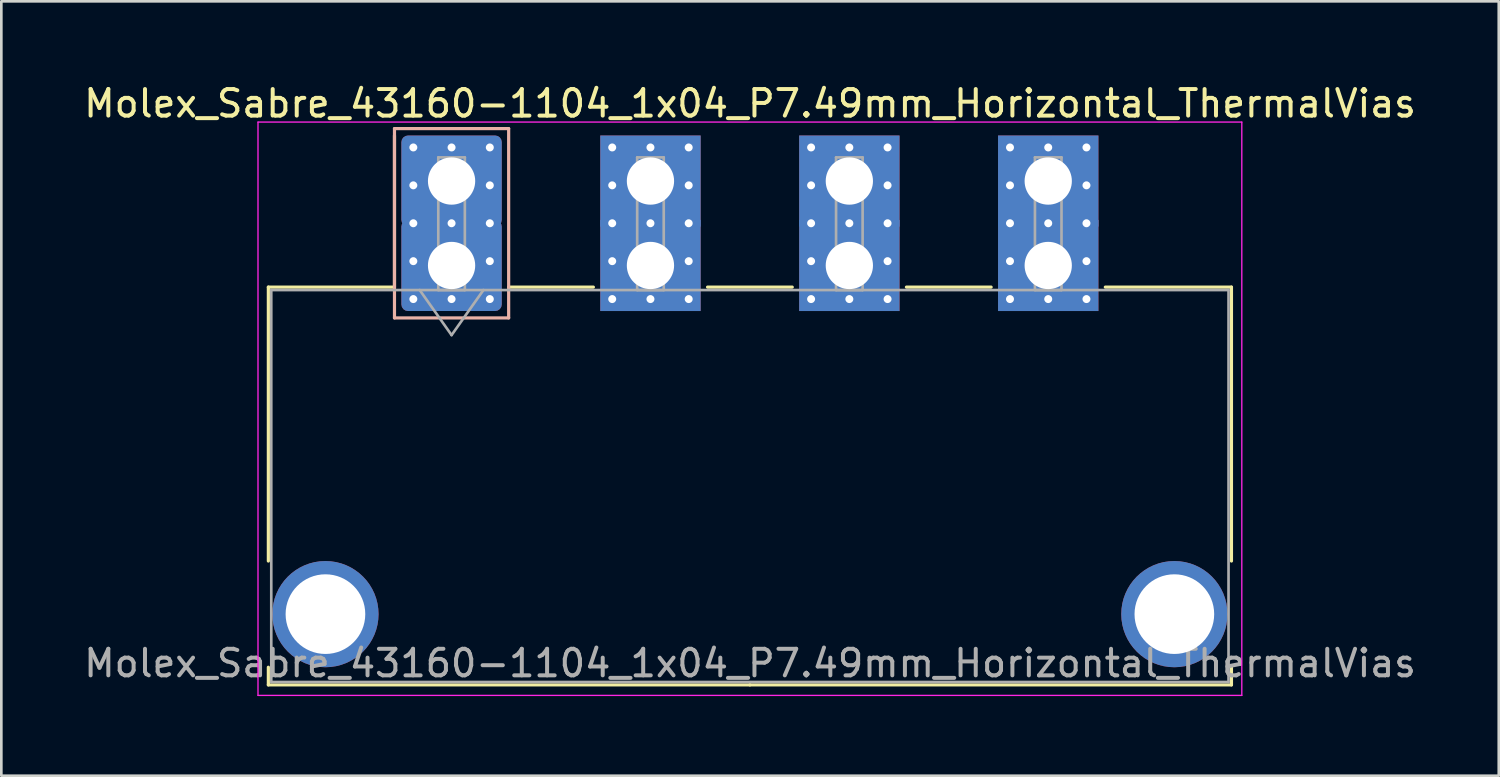
<source format=kicad_pcb>
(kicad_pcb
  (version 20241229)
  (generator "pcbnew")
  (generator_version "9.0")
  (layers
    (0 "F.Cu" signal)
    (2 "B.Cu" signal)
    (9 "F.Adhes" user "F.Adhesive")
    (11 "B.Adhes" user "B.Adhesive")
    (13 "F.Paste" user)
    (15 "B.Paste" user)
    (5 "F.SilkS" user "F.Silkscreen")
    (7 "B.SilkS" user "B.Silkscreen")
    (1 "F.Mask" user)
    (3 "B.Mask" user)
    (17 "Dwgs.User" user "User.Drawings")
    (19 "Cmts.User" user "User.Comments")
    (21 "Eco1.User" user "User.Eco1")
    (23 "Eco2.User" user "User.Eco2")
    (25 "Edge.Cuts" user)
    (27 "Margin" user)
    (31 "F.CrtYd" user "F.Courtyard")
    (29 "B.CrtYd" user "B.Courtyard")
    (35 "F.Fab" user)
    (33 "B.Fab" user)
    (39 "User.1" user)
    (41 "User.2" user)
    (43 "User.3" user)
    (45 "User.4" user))
  (footprint "Molex_Sabre_43160-1104_1x04_P7.49mm_Horizontal_ThermalVias"
    (layer "F.Cu")
    (at 13.956 6.948)
    (property "Reference" "Molex_Sabre_43160-1104_1x04_P7.49mm_Horizontal_ThermalVias" (at 11.24 -6.1 0) (layer "F.SilkS") (effects (font (size 1 1) (thickness 0.15))))
    (attr through_hole)
    (fp_line (start -6.9 0.815) (end -6.9 11.13) (stroke (width 0.12) (type solid)) (layer "F.SilkS"))
    (fp_line (start -6.9 15.13) (end -6.9 15.795) (stroke (width 0.12) (type solid)) (layer "F.SilkS"))
    (fp_line (start -6.9 15.795) (end 11.235 15.795) (stroke (width 0.12) (type solid)) (layer "F.SilkS"))
    (fp_line (start -2.15 0.815) (end -6.9 0.815) (stroke (width 0.12) (type solid)) (layer "F.SilkS"))
    (fp_line (start -2.15 0.815) (end -2.15 -4.895) (stroke (width 0.12) (type solid)) (layer "F.SilkS"))
    (fp_line (start 2.15 0.815) (end 5.34 0.815) (stroke (width 0.12) (type solid)) (layer "F.SilkS"))
    (fp_line (start 9.64 0.815) (end 12.83 0.815) (stroke (width 0.12) (type solid)) (layer "F.SilkS"))
    (fp_line (start 17.13 0.815) (end 20.32 0.815) (stroke (width 0.12) (type solid)) (layer "F.SilkS"))
    (fp_line (start 24.62 0.815) (end 29.37 0.815) (stroke (width 0.12) (type solid)) (layer "F.SilkS"))
    (fp_line (start 29.37 0.815) (end 29.37 11.13) (stroke (width 0.12) (type solid)) (layer "F.SilkS"))
    (fp_line (start 29.37 15.13) (end 29.37 15.795) (stroke (width 0.12) (type solid)) (layer "F.SilkS"))
    (fp_line (start 29.37 15.795) (end 11.235 15.795) (stroke (width 0.12) (type solid)) (layer "F.SilkS"))
    (fp_line (start -2.15 -5.155) (end -2.15 1.975) (stroke (width 0.12) (type solid)) (layer "B.SilkS"))
    (fp_line (start -2.15 1.975) (end 2.15 1.975) (stroke (width 0.12) (type solid)) (layer "B.SilkS"))
    (fp_line (start 2.15 -5.155) (end -2.15 -5.155) (stroke (width 0.12) (type solid)) (layer "B.SilkS"))
    (fp_line (start 2.15 1.975) (end 2.15 -5.155) (stroke (width 0.12) (type solid)) (layer "B.SilkS"))
    (fp_line (start -7.29 -5.4) (end -7.29 16.19) (stroke (width 0.05) (type solid)) (layer "F.CrtYd"))
    (fp_line (start -7.29 16.19) (end 29.76 16.19) (stroke (width 0.05) (type solid)) (layer "F.CrtYd"))
    (fp_line (start 29.76 -5.4) (end -7.29 -5.4) (stroke (width 0.05) (type solid)) (layer "F.CrtYd"))
    (fp_line (start 29.76 16.19) (end 29.76 -5.4) (stroke (width 0.05) (type solid)) (layer "F.CrtYd"))
    (fp_line (start -6.79 0.925) (end -6.79 15.685) (stroke (width 0.1) (type solid)) (layer "F.Fab"))
    (fp_line (start -6.79 15.685) (end 29.26 15.685) (stroke (width 0.1) (type solid)) (layer "F.Fab"))
    (fp_line (start -1.2 0.925) (end 0 2.622) (stroke (width 0.1) (type solid)) (layer "F.Fab"))
    (fp_line (start -0.5 -4.07) (end 0.5 -4.07) (stroke (width 0.1) (type solid)) (layer "F.Fab"))
    (fp_line (start -0.5 0.925) (end -0.5 -4.07) (stroke (width 0.1) (type solid)) (layer "F.Fab"))
    (fp_line (start 0 2.622) (end 1.2 0.925) (stroke (width 0.1) (type solid)) (layer "F.Fab"))
    (fp_line (start 0.5 -4.07) (end 0.5 0.925) (stroke (width 0.1) (type solid)) (layer "F.Fab"))
    (fp_line (start 0.5 0.925) (end -0.5 0.925) (stroke (width 0.1) (type solid)) (layer "F.Fab"))
    (fp_line (start 6.99 -4.07) (end 7.99 -4.07) (stroke (width 0.1) (type solid)) (layer "F.Fab"))
    (fp_line (start 6.99 0.925) (end 6.99 -4.07) (stroke (width 0.1) (type solid)) (layer "F.Fab"))
    (fp_line (start 7.99 -4.07) (end 7.99 0.925) (stroke (width 0.1) (type solid)) (layer "F.Fab"))
    (fp_line (start 7.99 0.925) (end 6.99 0.925) (stroke (width 0.1) (type solid)) (layer "F.Fab"))
    (fp_line (start 14.48 -4.07) (end 15.48 -4.07) (stroke (width 0.1) (type solid)) (layer "F.Fab"))
    (fp_line (start 14.48 0.925) (end 14.48 -4.07) (stroke (width 0.1) (type solid)) (layer "F.Fab"))
    (fp_line (start 15.48 -4.07) (end 15.48 0.925) (stroke (width 0.1) (type solid)) (layer "F.Fab"))
    (fp_line (start 15.48 0.925) (end 14.48 0.925) (stroke (width 0.1) (type solid)) (layer "F.Fab"))
    (fp_line (start 21.97 -4.07) (end 22.97 -4.07) (stroke (width 0.1) (type solid)) (layer "F.Fab"))
    (fp_line (start 21.97 0.925) (end 21.97 -4.07) (stroke (width 0.1) (type solid)) (layer "F.Fab"))
    (fp_line (start 22.97 -4.07) (end 22.97 0.925) (stroke (width 0.1) (type solid)) (layer "F.Fab"))
    (fp_line (start 22.97 0.925) (end 21.97 0.925) (stroke (width 0.1) (type solid)) (layer "F.Fab"))
    (fp_line (start 29.26 0.925) (end -6.79 0.925) (stroke (width 0.1) (type solid)) (layer "F.Fab"))
    (fp_line (start 29.26 15.685) (end 29.26 0.925) (stroke (width 0.1) (type solid)) (layer "F.Fab"))
    (fp_text user "${REFERENCE}" (at 11.24 14.98 0) (layer "F.Fab") (effects (font (size 1 1) (thickness 0.15))))
    (pad "" thru_hole circle (at -4.75 13.13) (size 4 4) (drill 3) (layers "*.Cu" "*.Mask"))
    (pad "" thru_hole circle (at 27.22 13.13) (size 4 4) (drill 3) (layers "*.Cu" "*.Mask"))
    (pad "1" thru_hole roundrect (at -1.44 -4.445) (size 0.6 0.6) (drill 0.3) (layers "*.Cu" "*.Mask") (roundrect_rratio 0.25))
    (pad "1" thru_hole roundrect (at -1.44 -3.018) (size 0.6 0.6) (drill 0.3) (layers "*.Cu" "*.Mask") (roundrect_rratio 0.25))
    (pad "1" thru_hole roundrect (at -1.44 -1.59) (size 0.6 0.6) (drill 0.3) (layers "*.Cu" "*.Mask") (roundrect_rratio 0.25))
    (pad "1" thru_hole roundrect (at -1.44 -0.163) (size 0.6 0.6) (drill 0.3) (layers "*.Cu" "*.Mask") (roundrect_rratio 0.25))
    (pad "1" thru_hole roundrect (at -1.44 1.265) (size 0.6 0.6) (drill 0.3) (layers "*.Cu" "*.Mask") (roundrect_rratio 0.25))
    (pad "1" thru_hole roundrect (at 0 -4.445) (size 0.6 0.6) (drill 0.3) (layers "*.Cu" "*.Mask") (roundrect_rratio 0.25))
    (pad "1" thru_hole roundrect (at 0 -3.18) (size 3.78 3.43) (drill 1.78) (layers "*.Cu" "*.Mask") (roundrect_rratio 0.073))
    (pad "1" thru_hole roundrect (at 0 -1.59) (size 0.6 0.6) (drill 0.3) (layers "*.Cu" "*.Mask") (roundrect_rratio 0.25))
    (pad "1" thru_hole roundrect (at 0 0) (size 3.78 3.43) (drill 1.78) (layers "*.Cu" "*.Mask") (roundrect_rratio 0.073))
    (pad "1" thru_hole roundrect (at 0 1.265) (size 0.6 0.6) (drill 0.3) (layers "*.Cu" "*.Mask") (roundrect_rratio 0.25))
    (pad "1" thru_hole roundrect (at 1.44 -4.445) (size 0.6 0.6) (drill 0.3) (layers "*.Cu" "*.Mask") (roundrect_rratio 0.25))
    (pad "1" thru_hole roundrect (at 1.44 -3.018) (size 0.6 0.6) (drill 0.3) (layers "*.Cu" "*.Mask") (roundrect_rratio 0.25))
    (pad "1" thru_hole roundrect (at 1.44 -1.59) (size 0.6 0.6) (drill 0.3) (layers "*.Cu" "*.Mask") (roundrect_rratio 0.25))
    (pad "1" thru_hole roundrect (at 1.44 -0.163) (size 0.6 0.6) (drill 0.3) (layers "*.Cu" "*.Mask") (roundrect_rratio 0.25))
    (pad "1" thru_hole roundrect (at 1.44 1.265) (size 0.6 0.6) (drill 0.3) (layers "*.Cu" "*.Mask") (roundrect_rratio 0.25))
    (pad "2" thru_hole circle (at 6.05 -4.445) (size 0.6 0.6) (drill 0.3) (layers "*.Cu" "*.Mask"))
    (pad "2" thru_hole circle (at 6.05 -3.018) (size 0.6 0.6) (drill 0.3) (layers "*.Cu" "*.Mask"))
    (pad "2" thru_hole circle (at 6.05 -1.59) (size 0.6 0.6) (drill 0.3) (layers "*.Cu" "*.Mask"))
    (pad "2" thru_hole circle (at 6.05 -0.163) (size 0.6 0.6) (drill 0.3) (layers "*.Cu" "*.Mask"))
    (pad "2" thru_hole circle (at 6.05 1.265) (size 0.6 0.6) (drill 0.3) (layers "*.Cu" "*.Mask"))
    (pad "2" thru_hole circle (at 7.49 -4.445) (size 0.6 0.6) (drill 0.3) (layers "*.Cu" "*.Mask"))
    (pad "2" thru_hole rect (at 7.49 -3.18) (size 3.78 3.43) (drill 1.78) (layers "*.Cu" "*.Mask"))
    (pad "2" thru_hole circle (at 7.49 -1.59) (size 0.6 0.6) (drill 0.3) (layers "*.Cu" "*.Mask"))
    (pad "2" thru_hole rect (at 7.49 0) (size 3.78 3.43) (drill 1.78) (layers "*.Cu" "*.Mask"))
    (pad "2" thru_hole circle (at 7.49 1.265) (size 0.6 0.6) (drill 0.3) (layers "*.Cu" "*.Mask"))
    (pad "2" thru_hole circle (at 8.93 -4.445) (size 0.6 0.6) (drill 0.3) (layers "*.Cu" "*.Mask"))
    (pad "2" thru_hole circle (at 8.93 -3.018) (size 0.6 0.6) (drill 0.3) (layers "*.Cu" "*.Mask"))
    (pad "2" thru_hole circle (at 8.93 -1.59) (size 0.6 0.6) (drill 0.3) (layers "*.Cu" "*.Mask"))
    (pad "2" thru_hole circle (at 8.93 -0.163) (size 0.6 0.6) (drill 0.3) (layers "*.Cu" "*.Mask"))
    (pad "2" thru_hole circle (at 8.93 1.265) (size 0.6 0.6) (drill 0.3) (layers "*.Cu" "*.Mask"))
    (pad "3" thru_hole circle (at 13.54 -4.445) (size 0.6 0.6) (drill 0.3) (layers "*.Cu" "*.Mask"))
    (pad "3" thru_hole circle (at 13.54 -3.018) (size 0.6 0.6) (drill 0.3) (layers "*.Cu" "*.Mask"))
    (pad "3" thru_hole circle (at 13.54 -1.59) (size 0.6 0.6) (drill 0.3) (layers "*.Cu" "*.Mask"))
    (pad "3" thru_hole circle (at 13.54 -0.163) (size 0.6 0.6) (drill 0.3) (layers "*.Cu" "*.Mask"))
    (pad "3" thru_hole circle (at 13.54 1.265) (size 0.6 0.6) (drill 0.3) (layers "*.Cu" "*.Mask"))
    (pad "3" thru_hole circle (at 14.98 -4.445) (size 0.6 0.6) (drill 0.3) (layers "*.Cu" "*.Mask"))
    (pad "3" thru_hole rect (at 14.98 -3.18) (size 3.78 3.43) (drill 1.78) (layers "*.Cu" "*.Mask"))
    (pad "3" thru_hole circle (at 14.98 -1.59) (size 0.6 0.6) (drill 0.3) (layers "*.Cu" "*.Mask"))
    (pad "3" thru_hole rect (at 14.98 0) (size 3.78 3.43) (drill 1.78) (layers "*.Cu" "*.Mask"))
    (pad "3" thru_hole circle (at 14.98 1.265) (size 0.6 0.6) (drill 0.3) (layers "*.Cu" "*.Mask"))
    (pad "3" thru_hole circle (at 16.42 -4.445) (size 0.6 0.6) (drill 0.3) (layers "*.Cu" "*.Mask"))
    (pad "3" thru_hole circle (at 16.42 -3.018) (size 0.6 0.6) (drill 0.3) (layers "*.Cu" "*.Mask"))
    (pad "3" thru_hole circle (at 16.42 -1.59) (size 0.6 0.6) (drill 0.3) (layers "*.Cu" "*.Mask"))
    (pad "3" thru_hole circle (at 16.42 -0.163) (size 0.6 0.6) (drill 0.3) (layers "*.Cu" "*.Mask"))
    (pad "3" thru_hole circle (at 16.42 1.265) (size 0.6 0.6) (drill 0.3) (layers "*.Cu" "*.Mask"))
    (pad "4" thru_hole circle (at 21.03 -4.445) (size 0.6 0.6) (drill 0.3) (layers "*.Cu" "*.Mask"))
    (pad "4" thru_hole circle (at 21.03 -3.018) (size 0.6 0.6) (drill 0.3) (layers "*.Cu" "*.Mask"))
    (pad "4" thru_hole circle (at 21.03 -1.59) (size 0.6 0.6) (drill 0.3) (layers "*.Cu" "*.Mask"))
    (pad "4" thru_hole circle (at 21.03 -0.163) (size 0.6 0.6) (drill 0.3) (layers "*.Cu" "*.Mask"))
    (pad "4" thru_hole circle (at 21.03 1.265) (size 0.6 0.6) (drill 0.3) (layers "*.Cu" "*.Mask"))
    (pad "4" thru_hole circle (at 22.47 -4.445) (size 0.6 0.6) (drill 0.3) (layers "*.Cu" "*.Mask"))
    (pad "4" thru_hole rect (at 22.47 -3.18) (size 3.78 3.43) (drill 1.78) (layers "*.Cu" "*.Mask"))
    (pad "4" thru_hole circle (at 22.47 -1.59) (size 0.6 0.6) (drill 0.3) (layers "*.Cu" "*.Mask"))
    (pad "4" thru_hole rect (at 22.47 0) (size 3.78 3.43) (drill 1.78) (layers "*.Cu" "*.Mask"))
    (pad "4" thru_hole circle (at 22.47 1.265) (size 0.6 0.6) (drill 0.3) (layers "*.Cu" "*.Mask"))
    (pad "4" thru_hole circle (at 23.91 -4.445) (size 0.6 0.6) (drill 0.3) (layers "*.Cu" "*.Mask"))
    (pad "4" thru_hole circle (at 23.91 -3.018) (size 0.6 0.6) (drill 0.3) (layers "*.Cu" "*.Mask"))
    (pad "4" thru_hole circle (at 23.91 -1.59) (size 0.6 0.6) (drill 0.3) (layers "*.Cu" "*.Mask"))
    (pad "4" thru_hole circle (at 23.91 -0.163) (size 0.6 0.6) (drill 0.3) (layers "*.Cu" "*.Mask"))
    (pad "4" thru_hole circle (at 23.91 1.265) (size 0.6 0.6) (drill 0.3) (layers "*.Cu" "*.Mask")))
  (gr_rect
    (start -3 -3)
    (end 53.393 26.163)
    (stroke (width 0.1) (type default))
    (fill no)
    (layer "Edge.Cuts")))
</source>
